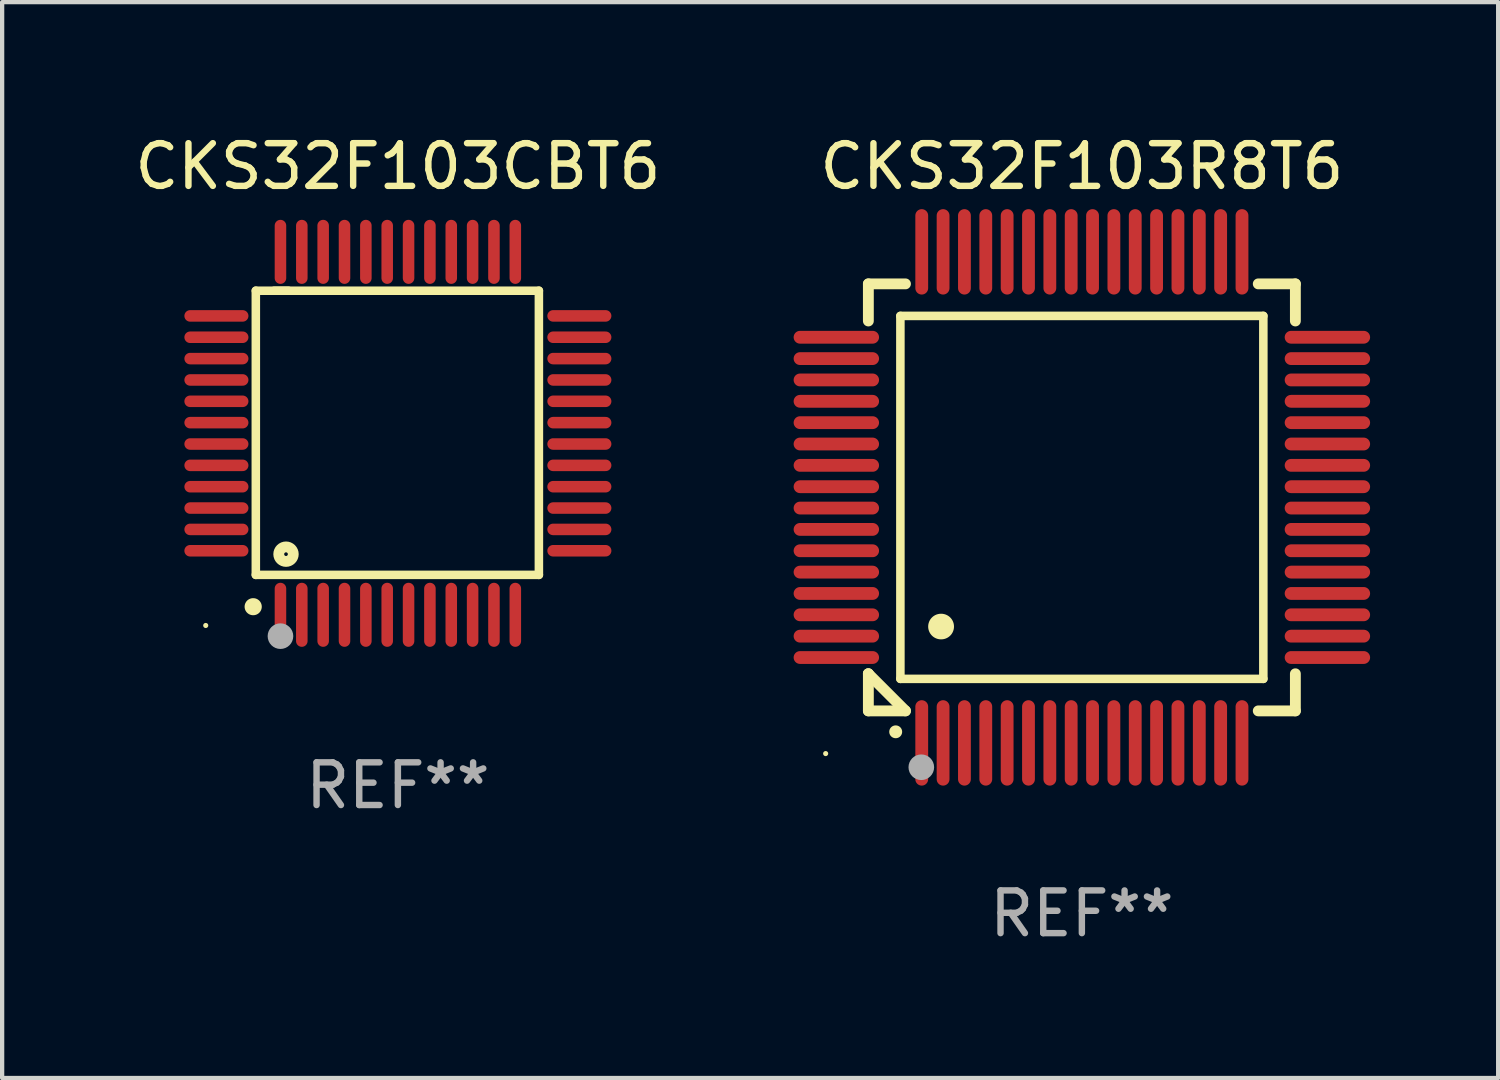
<source format=kicad_pcb>
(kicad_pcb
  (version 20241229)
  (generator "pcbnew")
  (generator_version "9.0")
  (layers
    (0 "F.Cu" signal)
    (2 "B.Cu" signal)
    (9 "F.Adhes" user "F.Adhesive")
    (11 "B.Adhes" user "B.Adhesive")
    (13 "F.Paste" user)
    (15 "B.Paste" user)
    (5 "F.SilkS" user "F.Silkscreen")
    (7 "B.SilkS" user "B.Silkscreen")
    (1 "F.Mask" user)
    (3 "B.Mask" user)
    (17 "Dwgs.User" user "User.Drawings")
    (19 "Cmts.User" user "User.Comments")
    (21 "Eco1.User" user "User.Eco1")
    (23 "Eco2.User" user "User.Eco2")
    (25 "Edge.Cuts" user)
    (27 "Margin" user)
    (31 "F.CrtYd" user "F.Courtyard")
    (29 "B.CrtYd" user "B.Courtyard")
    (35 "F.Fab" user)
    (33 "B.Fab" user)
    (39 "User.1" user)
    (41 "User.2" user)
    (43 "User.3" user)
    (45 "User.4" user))
  (footprint "CKS32F103R8T6"
    (layer "F.Cu")
    (at 22.286 8.598)
    (property "Reference" "CKS32F103R8T6" (at 0 -7.75 0) (layer "F.SilkS") (effects (font (size 1 1) (thickness 0.15))))
    (attr through_hole)
    (fp_line (start -5 -5) (end -4.131 -5) (stroke (width 0.254) (type solid)) (layer "F.SilkS"))
    (fp_line (start -5 -4.131) (end -5 -5) (stroke (width 0.254) (type solid)) (layer "F.SilkS"))
    (fp_line (start -5 4.131) (end -5 4.131) (stroke (width 0.254) (type solid)) (layer "F.SilkS"))
    (fp_line (start -5 5) (end -5 4.131) (stroke (width 0.254) (type solid)) (layer "F.SilkS"))
    (fp_line (start -5 4.131) (end -4.131 5) (stroke (width 0.254) (type solid)) (layer "F.SilkS"))
    (fp_line (start -4.25 -4.25) (end -4.25 4.25) (stroke (width 0.2) (type solid)) (layer "F.SilkS"))
    (fp_line (start -4.25 4.25) (end 4.25 4.25) (stroke (width 0.2) (type solid)) (layer "F.SilkS"))
    (fp_line (start -4.131 5) (end -5 5) (stroke (width 0.254) (type solid)) (layer "F.SilkS"))
    (fp_line (start 4.25 -4.25) (end -4.25 -4.25) (stroke (width 0.2) (type solid)) (layer "F.SilkS"))
    (fp_line (start 4.25 4.25) (end 4.25 -4.25) (stroke (width 0.2) (type solid)) (layer "F.SilkS"))
    (fp_line (start 5 -5) (end 4.131 -5) (stroke (width 0.254) (type solid)) (layer "F.SilkS"))
    (fp_line (start 5 -5) (end 5 -4.131) (stroke (width 0.254) (type solid)) (layer "F.SilkS"))
    (fp_line (start 5 4.131) (end 5 5) (stroke (width 0.254) (type solid)) (layer "F.SilkS"))
    (fp_line (start 5 5) (end 4.131 5) (stroke (width 0.254) (type solid)) (layer "F.SilkS"))
    (fp_arc (start -4.361265 5.489992) (mid -4.359995 5.489987) (end -4.358725 5.489992) (stroke (width 0.3) (type solid)) (layer "F.SilkS"))
    (fp_arc (start -3.299467 3.025146) (mid -3.296927 3.025135) (end -3.294387 3.025146) (stroke (width 0.6) (type solid)) (layer "F.SilkS"))
    (fp_circle (center -6 6) (end -5.97 6) (stroke (width 0.06) (type solid)) (fill no) (layer "F.SilkS"))
    (fp_circle (center -3.76 6.32) (end -3.61 6.32) (stroke (width 0.3) (type solid)) (fill no) (layer "F.Fab"))
    (fp_text user "REF**" (at 0 9.75 0) (layer "F.Fab") (effects (font (size 1 1) (thickness 0.15))))
    (pad "1" smd oval (at -3.75 5.75) (size 0.3 2) (layers "F.Cu" "F.Mask" "F.Paste"))
    (pad "2" smd oval (at -3.25 5.75) (size 0.3 2) (layers "F.Cu" "F.Mask" "F.Paste"))
    (pad "3" smd oval (at -2.75 5.75) (size 0.3 2) (layers "F.Cu" "F.Mask" "F.Paste"))
    (pad "4" smd oval (at -2.25 5.75) (size 0.3 2) (layers "F.Cu" "F.Mask" "F.Paste"))
    (pad "5" smd oval (at -1.75 5.75) (size 0.3 2) (layers "F.Cu" "F.Mask" "F.Paste"))
    (pad "6" smd oval (at -1.25 5.75) (size 0.3 2) (layers "F.Cu" "F.Mask" "F.Paste"))
    (pad "7" smd oval (at -0.75 5.75) (size 0.3 2) (layers "F.Cu" "F.Mask" "F.Paste"))
    (pad "8" smd oval (at -0.25 5.75) (size 0.3 2) (layers "F.Cu" "F.Mask" "F.Paste"))
    (pad "9" smd oval (at 0.25 5.75) (size 0.3 2) (layers "F.Cu" "F.Mask" "F.Paste"))
    (pad "10" smd oval (at 0.75 5.75) (size 0.3 2) (layers "F.Cu" "F.Mask" "F.Paste"))
    (pad "11" smd oval (at 1.25 5.75) (size 0.3 2) (layers "F.Cu" "F.Mask" "F.Paste"))
    (pad "12" smd oval (at 1.75 5.75) (size 0.3 2) (layers "F.Cu" "F.Mask" "F.Paste"))
    (pad "13" smd oval (at 2.25 5.75) (size 0.3 2) (layers "F.Cu" "F.Mask" "F.Paste"))
    (pad "14" smd oval (at 2.75 5.75) (size 0.3 2) (layers "F.Cu" "F.Mask" "F.Paste"))
    (pad "15" smd oval (at 3.25 5.75) (size 0.3 2) (layers "F.Cu" "F.Mask" "F.Paste"))
    (pad "16" smd oval (at 3.75 5.75) (size 0.3 2) (layers "F.Cu" "F.Mask" "F.Paste"))
    (pad "17" smd oval (at 5.75 3.75) (size 2 0.3) (layers "F.Cu" "F.Mask" "F.Paste"))
    (pad "18" smd oval (at 5.75 3.25) (size 2 0.3) (layers "F.Cu" "F.Mask" "F.Paste"))
    (pad "19" smd oval (at 5.75 2.75) (size 2 0.3) (layers "F.Cu" "F.Mask" "F.Paste"))
    (pad "20" smd oval (at 5.75 2.25) (size 2 0.3) (layers "F.Cu" "F.Mask" "F.Paste"))
    (pad "21" smd oval (at 5.75 1.75) (size 2 0.3) (layers "F.Cu" "F.Mask" "F.Paste"))
    (pad "22" smd oval (at 5.75 1.25) (size 2 0.3) (layers "F.Cu" "F.Mask" "F.Paste"))
    (pad "23" smd oval (at 5.75 0.75) (size 2 0.3) (layers "F.Cu" "F.Mask" "F.Paste"))
    (pad "24" smd oval (at 5.75 0.25) (size 2 0.3) (layers "F.Cu" "F.Mask" "F.Paste"))
    (pad "25" smd oval (at 5.75 -0.25) (size 2 0.3) (layers "F.Cu" "F.Mask" "F.Paste"))
    (pad "26" smd oval (at 5.75 -0.75) (size 2 0.3) (layers "F.Cu" "F.Mask" "F.Paste"))
    (pad "27" smd oval (at 5.75 -1.25) (size 2 0.3) (layers "F.Cu" "F.Mask" "F.Paste"))
    (pad "28" smd oval (at 5.75 -1.75) (size 2 0.3) (layers "F.Cu" "F.Mask" "F.Paste"))
    (pad "29" smd oval (at 5.75 -2.25) (size 2 0.3) (layers "F.Cu" "F.Mask" "F.Paste"))
    (pad "30" smd oval (at 5.75 -2.75) (size 2 0.3) (layers "F.Cu" "F.Mask" "F.Paste"))
    (pad "31" smd oval (at 5.75 -3.25) (size 2 0.3) (layers "F.Cu" "F.Mask" "F.Paste"))
    (pad "32" smd oval (at 5.75 -3.75) (size 2 0.3) (layers "F.Cu" "F.Mask" "F.Paste"))
    (pad "33" smd oval (at 3.75 -5.75) (size 0.3 2) (layers "F.Cu" "F.Mask" "F.Paste"))
    (pad "34" smd oval (at 3.25 -5.75) (size 0.3 2) (layers "F.Cu" "F.Mask" "F.Paste"))
    (pad "35" smd oval (at 2.75 -5.75) (size 0.3 2) (layers "F.Cu" "F.Mask" "F.Paste"))
    (pad "36" smd oval (at 2.25 -5.75) (size 0.3 2) (layers "F.Cu" "F.Mask" "F.Paste"))
    (pad "37" smd oval (at 1.75 -5.75) (size 0.3 2) (layers "F.Cu" "F.Mask" "F.Paste"))
    (pad "38" smd oval (at 1.25 -5.75) (size 0.3 2) (layers "F.Cu" "F.Mask" "F.Paste"))
    (pad "39" smd oval (at 0.75 -5.75) (size 0.3 2) (layers "F.Cu" "F.Mask" "F.Paste"))
    (pad "40" smd oval (at 0.25 -5.75) (size 0.3 2) (layers "F.Cu" "F.Mask" "F.Paste"))
    (pad "41" smd oval (at -0.25 -5.75) (size 0.3 2) (layers "F.Cu" "F.Mask" "F.Paste"))
    (pad "42" smd oval (at -0.75 -5.75) (size 0.3 2) (layers "F.Cu" "F.Mask" "F.Paste"))
    (pad "43" smd oval (at -1.25 -5.75) (size 0.3 2) (layers "F.Cu" "F.Mask" "F.Paste"))
    (pad "44" smd oval (at -1.75 -5.75) (size 0.3 2) (layers "F.Cu" "F.Mask" "F.Paste"))
    (pad "45" smd oval (at -2.25 -5.75) (size 0.3 2) (layers "F.Cu" "F.Mask" "F.Paste"))
    (pad "46" smd oval (at -2.75 -5.75) (size 0.3 2) (layers "F.Cu" "F.Mask" "F.Paste"))
    (pad "47" smd oval (at -3.25 -5.75) (size 0.3 2) (layers "F.Cu" "F.Mask" "F.Paste"))
    (pad "48" smd oval (at -3.75 -5.75) (size 0.3 2) (layers "F.Cu" "F.Mask" "F.Paste"))
    (pad "49" smd oval (at -5.75 -3.75) (size 2 0.3) (layers "F.Cu" "F.Mask" "F.Paste"))
    (pad "50" smd oval (at -5.75 -3.25) (size 2 0.3) (layers "F.Cu" "F.Mask" "F.Paste"))
    (pad "51" smd oval (at -5.75 -2.75) (size 2 0.3) (layers "F.Cu" "F.Mask" "F.Paste"))
    (pad "52" smd oval (at -5.75 -2.25) (size 2 0.3) (layers "F.Cu" "F.Mask" "F.Paste"))
    (pad "53" smd oval (at -5.75 -1.75) (size 2 0.3) (layers "F.Cu" "F.Mask" "F.Paste"))
    (pad "54" smd oval (at -5.75 -1.25) (size 2 0.3) (layers "F.Cu" "F.Mask" "F.Paste"))
    (pad "55" smd oval (at -5.75 -0.75) (size 2 0.3) (layers "F.Cu" "F.Mask" "F.Paste"))
    (pad "56" smd oval (at -5.75 -0.25) (size 2 0.3) (layers "F.Cu" "F.Mask" "F.Paste"))
    (pad "57" smd oval (at -5.75 0.25) (size 2 0.3) (layers "F.Cu" "F.Mask" "F.Paste"))
    (pad "58" smd oval (at -5.75 0.75) (size 2 0.3) (layers "F.Cu" "F.Mask" "F.Paste"))
    (pad "59" smd oval (at -5.75 1.25) (size 2 0.3) (layers "F.Cu" "F.Mask" "F.Paste"))
    (pad "60" smd oval (at -5.75 1.75) (size 2 0.3) (layers "F.Cu" "F.Mask" "F.Paste"))
    (pad "61" smd oval (at -5.75 2.25) (size 2 0.3) (layers "F.Cu" "F.Mask" "F.Paste"))
    (pad "62" smd oval (at -5.75 2.75) (size 2 0.3) (layers "F.Cu" "F.Mask" "F.Paste"))
    (pad "63" smd oval (at -5.75 3.25) (size 2 0.3) (layers "F.Cu" "F.Mask" "F.Paste"))
    (pad "64" smd oval (at -5.75 3.75) (size 2 0.3) (layers "F.Cu" "F.Mask" "F.Paste")))
  (footprint "CKS32F103CBT6"
    (layer "F.Cu")
    (at 6.268 7.098)
    (property "Reference" "CKS32F103CBT6" (at 0 -6.25 0) (layer "F.SilkS") (effects (font (size 1 1) (thickness 0.15))))
    (attr through_hole)
    (fp_line (start -3.327 -3.34) (end -2.565 -3.34) (stroke (width 0.2) (type solid)) (layer "F.SilkS"))
    (fp_line (start -3.327 3.315) (end -3.327 -3.34) (stroke (width 0.2) (type solid)) (layer "F.SilkS"))
    (fp_line (start -2.896 -3.34) (end 3.302 -3.34) (stroke (width 0.2) (type solid)) (layer "F.SilkS"))
    (fp_line (start 3.302 -3.34) (end 3.302 3.315) (stroke (width 0.2) (type solid)) (layer "F.SilkS"))
    (fp_line (start 3.302 3.315) (end -3.327 3.315) (stroke (width 0.2) (type solid)) (layer "F.SilkS"))
    (fp_arc (start -3.389992 4.059995) (mid -3.388722 4.059991) (end -3.387452 4.059995) (stroke (width 0.4) (type solid)) (layer "F.SilkS"))
    (fp_circle (center -4.5 4.5) (end -4.47 4.5) (stroke (width 0.06) (type solid)) (fill no) (layer "F.SilkS"))
    (fp_circle (center -2.62 2.83) (end -2.45 2.83) (stroke (width 0.254) (type solid)) (fill no) (layer "F.SilkS"))
    (fp_circle (center -2.75 4.75) (end -2.6 4.75) (stroke (width 0.3) (type solid)) (fill no) (layer "F.Fab"))
    (fp_text user "REF**" (at 0 8.25 0) (layer "F.Fab") (effects (font (size 1 1) (thickness 0.15))))
    (pad "1" smd oval (at -2.75 4.25) (size 0.27 1.5) (layers "F.Cu" "F.Mask" "F.Paste"))
    (pad "2" smd oval (at -2.25 4.25) (size 0.27 1.5) (layers "F.Cu" "F.Mask" "F.Paste"))
    (pad "3" smd oval (at -1.75 4.25) (size 0.27 1.5) (layers "F.Cu" "F.Mask" "F.Paste"))
    (pad "4" smd oval (at -1.25 4.25) (size 0.27 1.5) (layers "F.Cu" "F.Mask" "F.Paste"))
    (pad "5" smd oval (at -0.75 4.25) (size 0.27 1.5) (layers "F.Cu" "F.Mask" "F.Paste"))
    (pad "6" smd oval (at -0.25 4.25) (size 0.27 1.5) (layers "F.Cu" "F.Mask" "F.Paste"))
    (pad "7" smd oval (at 0.25 4.25) (size 0.27 1.5) (layers "F.Cu" "F.Mask" "F.Paste"))
    (pad "8" smd oval (at 0.75 4.25) (size 0.27 1.5) (layers "F.Cu" "F.Mask" "F.Paste"))
    (pad "9" smd oval (at 1.25 4.25) (size 0.27 1.5) (layers "F.Cu" "F.Mask" "F.Paste"))
    (pad "10" smd oval (at 1.75 4.25) (size 0.27 1.5) (layers "F.Cu" "F.Mask" "F.Paste"))
    (pad "11" smd oval (at 2.25 4.25) (size 0.27 1.5) (layers "F.Cu" "F.Mask" "F.Paste"))
    (pad "12" smd oval (at 2.75 4.25) (size 0.27 1.5) (layers "F.Cu" "F.Mask" "F.Paste"))
    (pad "13" smd oval (at 4.25 2.75) (size 1.5 0.27) (layers "F.Cu" "F.Mask" "F.Paste"))
    (pad "14" smd oval (at 4.25 2.25) (size 1.5 0.27) (layers "F.Cu" "F.Mask" "F.Paste"))
    (pad "15" smd oval (at 4.25 1.75) (size 1.5 0.27) (layers "F.Cu" "F.Mask" "F.Paste"))
    (pad "16" smd oval (at 4.25 1.25) (size 1.5 0.27) (layers "F.Cu" "F.Mask" "F.Paste"))
    (pad "17" smd oval (at 4.25 0.75) (size 1.5 0.27) (layers "F.Cu" "F.Mask" "F.Paste"))
    (pad "18" smd oval (at 4.25 0.25) (size 1.5 0.27) (layers "F.Cu" "F.Mask" "F.Paste"))
    (pad "19" smd oval (at 4.25 -0.25) (size 1.5 0.27) (layers "F.Cu" "F.Mask" "F.Paste"))
    (pad "20" smd oval (at 4.25 -0.75) (size 1.5 0.27) (layers "F.Cu" "F.Mask" "F.Paste"))
    (pad "21" smd oval (at 4.25 -1.25) (size 1.5 0.27) (layers "F.Cu" "F.Mask" "F.Paste"))
    (pad "22" smd oval (at 4.25 -1.75) (size 1.5 0.27) (layers "F.Cu" "F.Mask" "F.Paste"))
    (pad "23" smd oval (at 4.25 -2.25) (size 1.5 0.27) (layers "F.Cu" "F.Mask" "F.Paste"))
    (pad "24" smd oval (at 4.25 -2.75) (size 1.5 0.27) (layers "F.Cu" "F.Mask" "F.Paste"))
    (pad "25" smd oval (at 2.75 -4.25) (size 0.27 1.5) (layers "F.Cu" "F.Mask" "F.Paste"))
    (pad "26" smd oval (at 2.25 -4.25) (size 0.27 1.5) (layers "F.Cu" "F.Mask" "F.Paste"))
    (pad "27" smd oval (at 1.75 -4.25) (size 0.27 1.5) (layers "F.Cu" "F.Mask" "F.Paste"))
    (pad "28" smd oval (at 1.25 -4.25) (size 0.27 1.5) (layers "F.Cu" "F.Mask" "F.Paste"))
    (pad "29" smd oval (at 0.75 -4.25) (size 0.27 1.5) (layers "F.Cu" "F.Mask" "F.Paste"))
    (pad "30" smd oval (at 0.25 -4.25) (size 0.27 1.5) (layers "F.Cu" "F.Mask" "F.Paste"))
    (pad "31" smd oval (at -0.25 -4.25) (size 0.27 1.5) (layers "F.Cu" "F.Mask" "F.Paste"))
    (pad "32" smd oval (at -0.75 -4.25) (size 0.27 1.5) (layers "F.Cu" "F.Mask" "F.Paste"))
    (pad "33" smd oval (at -1.25 -4.25) (size 0.27 1.5) (layers "F.Cu" "F.Mask" "F.Paste"))
    (pad "34" smd oval (at -1.75 -4.25) (size 0.27 1.5) (layers "F.Cu" "F.Mask" "F.Paste"))
    (pad "35" smd oval (at -2.25 -4.25) (size 0.27 1.5) (layers "F.Cu" "F.Mask" "F.Paste"))
    (pad "36" smd oval (at -2.75 -4.25) (size 0.27 1.5) (layers "F.Cu" "F.Mask" "F.Paste"))
    (pad "37" smd oval (at -4.25 -2.75) (size 1.5 0.27) (layers "F.Cu" "F.Mask" "F.Paste"))
    (pad "38" smd oval (at -4.25 -2.25) (size 1.5 0.27) (layers "F.Cu" "F.Mask" "F.Paste"))
    (pad "39" smd oval (at -4.25 -1.75) (size 1.5 0.27) (layers "F.Cu" "F.Mask" "F.Paste"))
    (pad "40" smd oval (at -4.25 -1.25) (size 1.5 0.27) (layers "F.Cu" "F.Mask" "F.Paste"))
    (pad "41" smd oval (at -4.25 -0.75) (size 1.5 0.27) (layers "F.Cu" "F.Mask" "F.Paste"))
    (pad "42" smd oval (at -4.25 -0.25) (size 1.5 0.27) (layers "F.Cu" "F.Mask" "F.Paste"))
    (pad "43" smd oval (at -4.25 0.25) (size 1.5 0.27) (layers "F.Cu" "F.Mask" "F.Paste"))
    (pad "44" smd oval (at -4.25 0.75) (size 1.5 0.27) (layers "F.Cu" "F.Mask" "F.Paste"))
    (pad "45" smd oval (at -4.25 1.25) (size 1.5 0.27) (layers "F.Cu" "F.Mask" "F.Paste"))
    (pad "46" smd oval (at -4.25 1.75) (size 1.5 0.27) (layers "F.Cu" "F.Mask" "F.Paste"))
    (pad "47" smd oval (at -4.25 2.25) (size 1.5 0.27) (layers "F.Cu" "F.Mask" "F.Paste"))
    (pad "48" smd oval (at -4.25 2.75) (size 1.5 0.27) (layers "F.Cu" "F.Mask" "F.Paste")))
  (gr_rect
    (start -3 -3)
    (end 32.035 22.196)
    (stroke (width 0.1) (type default))
    (fill no)
    (layer "Edge.Cuts")))
</source>
